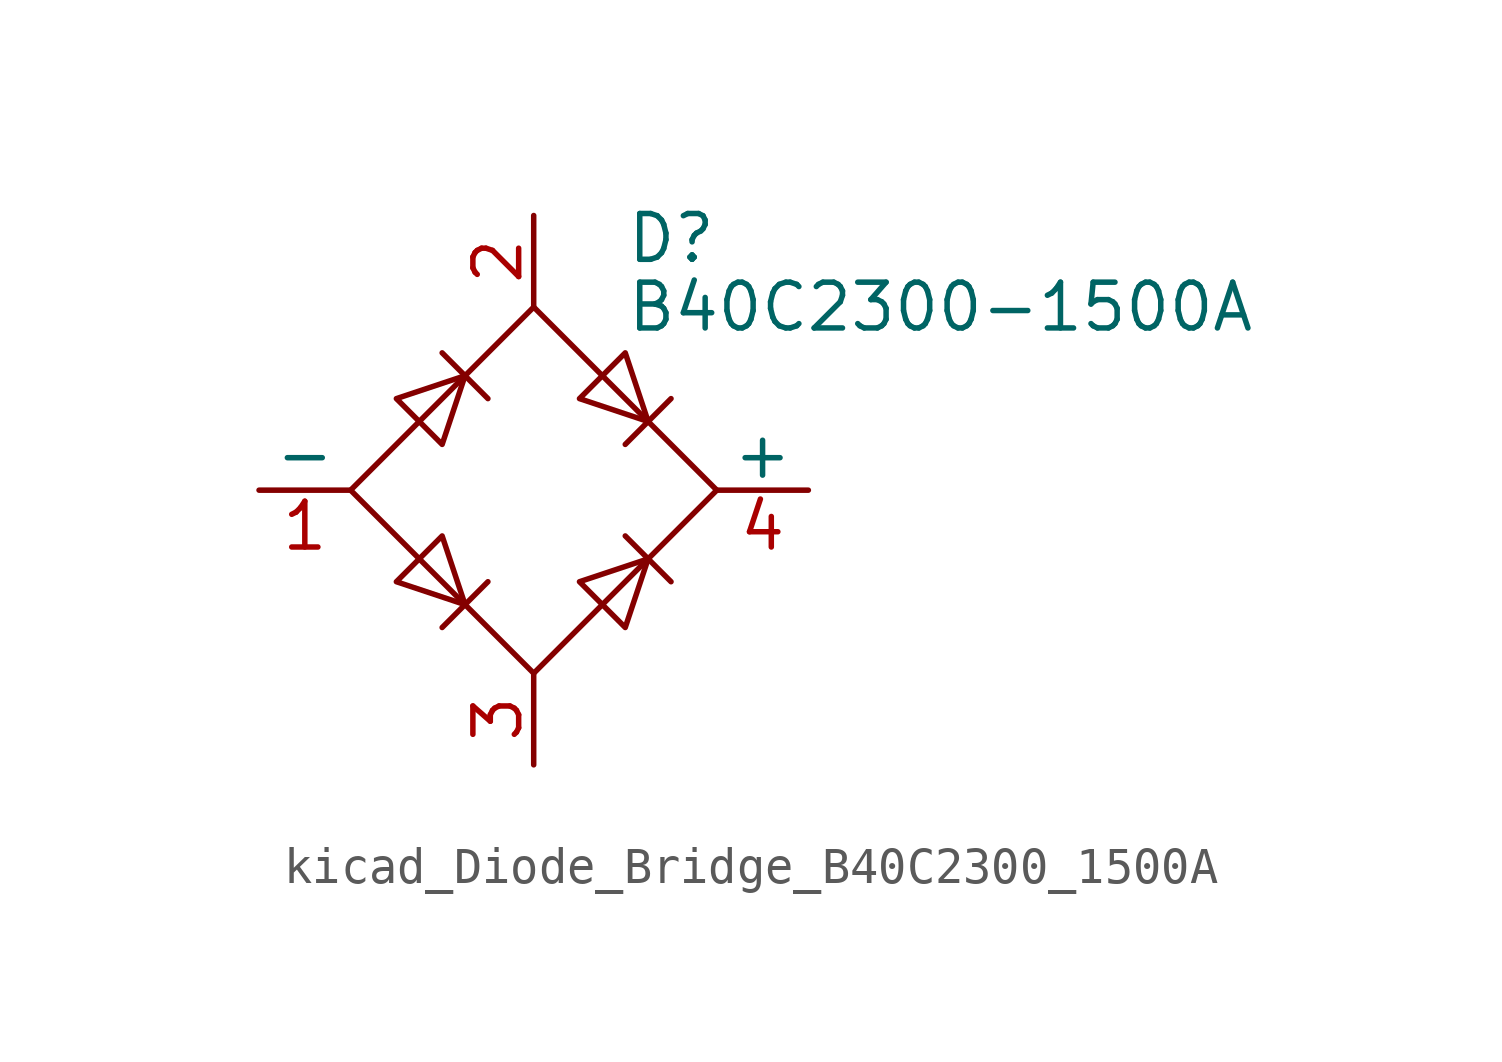
<source format=kicad_sym>
(kicad_symbol_lib
  (version 20220914)
  (generator kicad_symbol_editor)
  (symbol "kicad_Diode_Bridge_B40C2300_1500A"
    (pin_names
      (offset 0))
    (property "Reference" "D"
      (at 2.54 6.985 0)
      (effects (font (size 1.27 1.27)) (justify left)))
    (property "Value" "B40C2300-1500A"
      (at 2.54 5.08 0)
      (effects (font (size 1.27 1.27)) (justify left)))
    (symbol "kicad_Diode_Bridge_B40C2300_1500A_0_1"
      (polyline (pts (xy -2.54 3.81) (xy -1.27 2.54)) (stroke (width 0) (type default)) (fill (type none)))
      (polyline (pts (xy -1.27 -2.54) (xy -2.54 -3.81)) (stroke (width 0) (type default)) (fill (type none)))
      (polyline (pts (xy 2.54 -1.27) (xy 3.81 -2.54)) (stroke (width 0) (type default)) (fill (type none)))
      (polyline (pts (xy 2.54 1.27) (xy 3.81 2.54)) (stroke (width 0) (type default)) (fill (type none)))
      (polyline (pts (xy -3.81 2.54) (xy -2.54 1.27) (xy -1.905 3.175) (xy -3.81 2.54)) (stroke (width 0) (type default)) (fill (type none)))
      (polyline (pts (xy -2.54 -1.27) (xy -3.81 -2.54) (xy -1.905 -3.175) (xy -2.54 -1.27)) (stroke (width 0) (type default)) (fill (type none)))
      (polyline (pts (xy 1.27 2.54) (xy 2.54 3.81) (xy 3.175 1.905) (xy 1.27 2.54)) (stroke (width 0) (type default)) (fill (type none)))
      (polyline (pts (xy 3.175 -1.905) (xy 1.27 -2.54) (xy 2.54 -3.81) (xy 3.175 -1.905)) (stroke (width 0) (type default)) (fill (type none)))
      (polyline (pts (xy -5.08 0) (xy 0 -5.08) (xy 5.08 0) (xy 0 5.08) (xy -5.08 0)) (stroke (width 0) (type default)) (fill (type none))))
    (symbol "kicad_Diode_Bridge_B40C2300_1500A_1_1"
      (pin passive line (at -7.62 0 0) (length 2.54) (name "-" (effects (font (size 1.27 1.27)))) (number "1" (effects (font (size 1.27 1.27)))))
      (pin passive line (at 0 7.62 270) (length 2.54) (name "~" (effects (font (size 1.27 1.27)))) (number "2" (effects (font (size 1.27 1.27)))))
      (pin passive line (at 0 -7.62 90) (length 2.54) (name "~" (effects (font (size 1.27 1.27)))) (number "3" (effects (font (size 1.27 1.27)))))
      (pin passive line (at 7.62 0 180) (length 2.54) (name "+" (effects (font (size 1.27 1.27)))) (number "4" (effects (font (size 1.27 1.27))))))))
</source>
